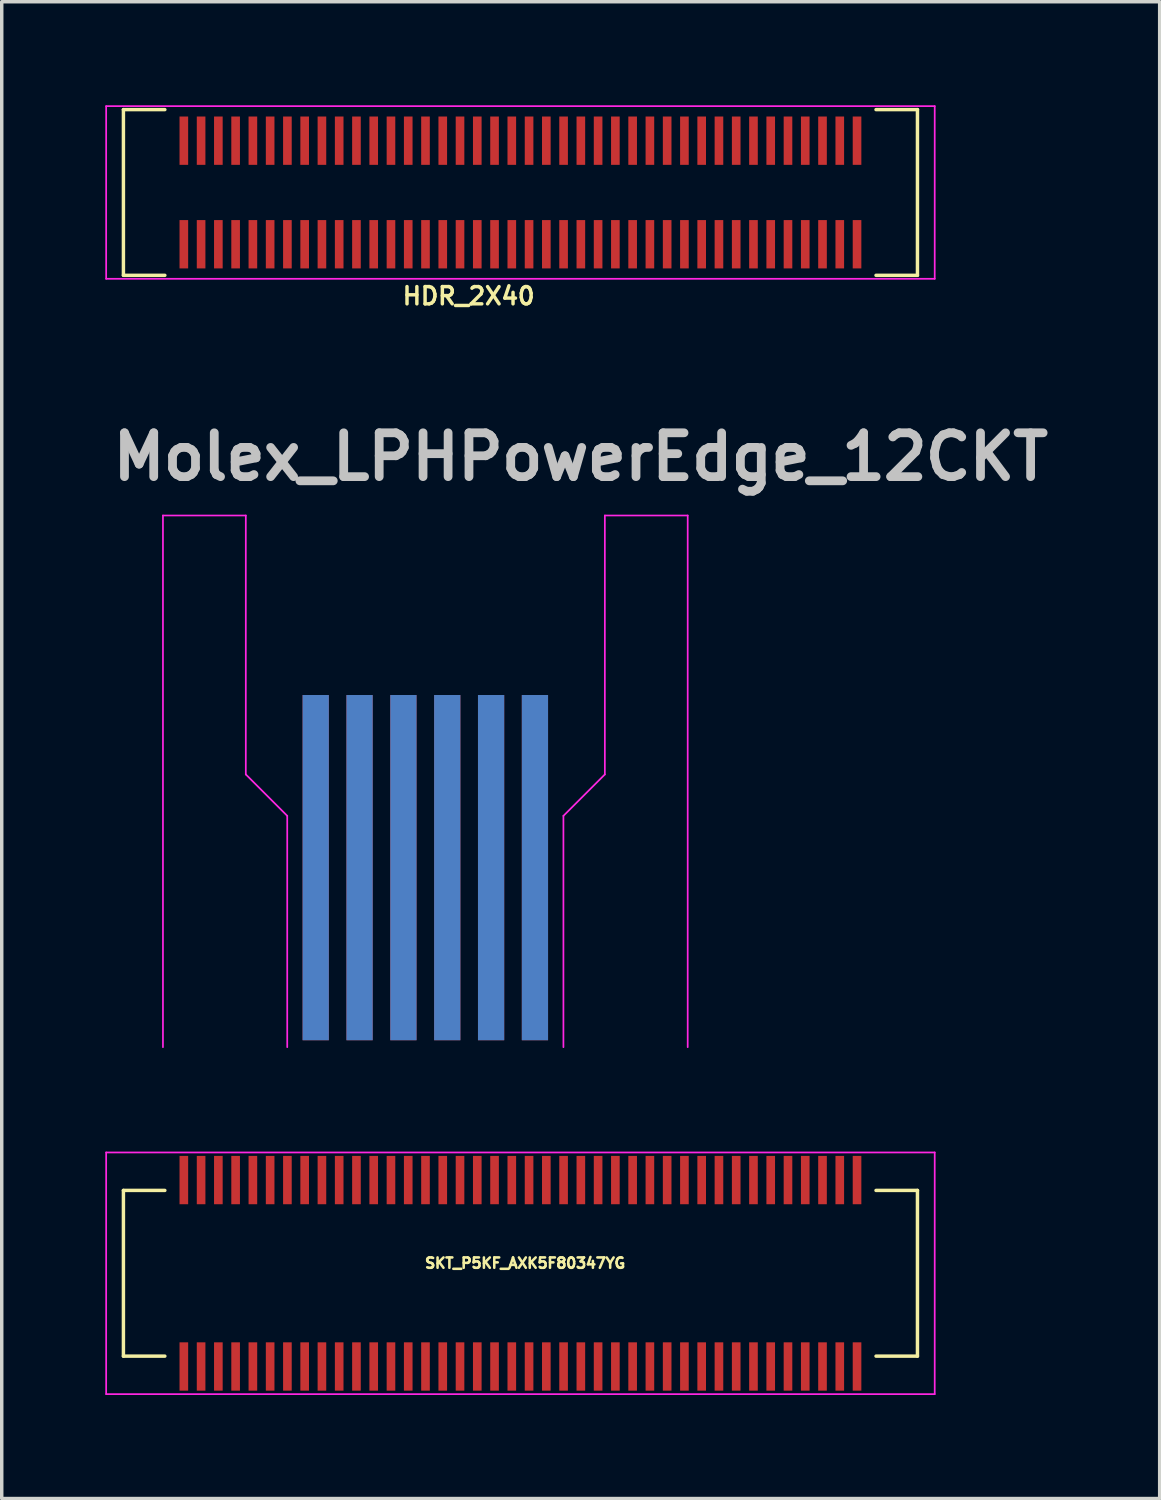
<source format=kicad_pcb>
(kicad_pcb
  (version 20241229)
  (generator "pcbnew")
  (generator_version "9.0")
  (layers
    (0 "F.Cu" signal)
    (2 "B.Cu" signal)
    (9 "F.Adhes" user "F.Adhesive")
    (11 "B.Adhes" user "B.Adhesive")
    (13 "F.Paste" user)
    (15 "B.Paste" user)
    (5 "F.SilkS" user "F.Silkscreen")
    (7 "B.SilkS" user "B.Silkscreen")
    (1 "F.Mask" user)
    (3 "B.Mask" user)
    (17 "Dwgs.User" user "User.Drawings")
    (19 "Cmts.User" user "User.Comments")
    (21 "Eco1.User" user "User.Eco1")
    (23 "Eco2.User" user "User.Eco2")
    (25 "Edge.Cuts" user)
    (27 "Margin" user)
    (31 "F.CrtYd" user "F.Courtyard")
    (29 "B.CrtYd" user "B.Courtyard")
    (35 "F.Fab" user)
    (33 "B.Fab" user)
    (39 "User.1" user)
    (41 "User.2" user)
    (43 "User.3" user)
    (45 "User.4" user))
  (footprint "HDR_2X40"
    (layer "F.Cu")
    (at 12.025 2.525)
    (property "Reference" "HDR_2X40" (at -1.5 3 0) (layer "F.SilkS") (effects (font (size 0.5 0.5) (thickness 0.1))))
    (attr through_hole)
    (fp_line (start -11.5 -2.4) (end -11.5 2.4) (stroke (width 0.1) (type solid)) (layer "F.SilkS"))
    (fp_line (start -11.5 -2.4) (end -10.3 -2.4) (stroke (width 0.1) (type solid)) (layer "F.SilkS"))
    (fp_line (start -11.5 2.4) (end -10.3 2.4) (stroke (width 0.1) (type solid)) (layer "F.SilkS"))
    (fp_line (start 11.5 -2.4) (end 10.3 -2.4) (stroke (width 0.1) (type solid)) (layer "F.SilkS"))
    (fp_line (start 11.5 -2.4) (end 11.5 2.4) (stroke (width 0.1) (type solid)) (layer "F.SilkS"))
    (fp_line (start 11.5 2.4) (end 10.3 2.4) (stroke (width 0.1) (type solid)) (layer "F.SilkS"))
    (fp_line (start -12 -2.5) (end 12 -2.5) (stroke (width 0.05) (type solid)) (layer "F.CrtYd"))
    (fp_line (start -12 2.5) (end -12 -2.5) (stroke (width 0.05) (type solid)) (layer "F.CrtYd"))
    (fp_line (start 12 -2.5) (end 12 2.5) (stroke (width 0.05) (type solid)) (layer "F.CrtYd"))
    (fp_line (start 12 2.5) (end -12 2.5) (stroke (width 0.05) (type solid)) (layer "F.CrtYd"))
    (pad "1" smd rect (at 9.75 1.5 180) (size 0.25 1.4) (layers "F.Cu" "F.Mask" "F.Paste"))
    (pad "2" smd rect (at 9.75 -1.5 180) (size 0.25 1.4) (layers "F.Cu" "F.Mask" "F.Paste"))
    (pad "3" smd rect (at 9.25 1.5 180) (size 0.25 1.4) (layers "F.Cu" "F.Mask" "F.Paste"))
    (pad "4" smd rect (at 9.25 -1.5 180) (size 0.25 1.4) (layers "F.Cu" "F.Mask" "F.Paste"))
    (pad "5" smd rect (at 8.75 1.5 180) (size 0.25 1.4) (layers "F.Cu" "F.Mask" "F.Paste"))
    (pad "6" smd rect (at 8.75 -1.5 180) (size 0.25 1.4) (layers "F.Cu" "F.Mask" "F.Paste"))
    (pad "7" smd rect (at 8.25 1.5 180) (size 0.25 1.4) (layers "F.Cu" "F.Mask" "F.Paste"))
    (pad "8" smd rect (at 8.25 -1.5 180) (size 0.25 1.4) (layers "F.Cu" "F.Mask" "F.Paste"))
    (pad "9" smd rect (at 7.75 1.5 180) (size 0.25 1.4) (layers "F.Cu" "F.Mask" "F.Paste"))
    (pad "10" smd rect (at 7.75 -1.5 180) (size 0.25 1.4) (layers "F.Cu" "F.Mask" "F.Paste"))
    (pad "11" smd rect (at 7.25 1.5 180) (size 0.25 1.4) (layers "F.Cu" "F.Mask" "F.Paste"))
    (pad "12" smd rect (at 7.25 -1.5 180) (size 0.25 1.4) (layers "F.Cu" "F.Mask" "F.Paste"))
    (pad "13" smd rect (at 6.75 1.5 180) (size 0.25 1.4) (layers "F.Cu" "F.Mask" "F.Paste"))
    (pad "14" smd rect (at 6.75 -1.5 180) (size 0.25 1.4) (layers "F.Cu" "F.Mask" "F.Paste"))
    (pad "15" smd rect (at 6.25 1.5 180) (size 0.25 1.4) (layers "F.Cu" "F.Mask" "F.Paste"))
    (pad "16" smd rect (at 6.25 -1.5 180) (size 0.25 1.4) (layers "F.Cu" "F.Mask" "F.Paste"))
    (pad "17" smd rect (at 5.75 1.5 180) (size 0.25 1.4) (layers "F.Cu" "F.Mask" "F.Paste"))
    (pad "18" smd rect (at 5.75 -1.5 180) (size 0.25 1.4) (layers "F.Cu" "F.Mask" "F.Paste"))
    (pad "19" smd rect (at 5.25 1.5 180) (size 0.25 1.4) (layers "F.Cu" "F.Mask" "F.Paste"))
    (pad "20" smd rect (at 5.25 -1.5 180) (size 0.25 1.4) (layers "F.Cu" "F.Mask" "F.Paste"))
    (pad "21" smd rect (at 4.75 1.5 180) (size 0.25 1.4) (layers "F.Cu" "F.Mask" "F.Paste"))
    (pad "22" smd rect (at 4.75 -1.5 180) (size 0.25 1.4) (layers "F.Cu" "F.Mask" "F.Paste"))
    (pad "23" smd rect (at 4.25 1.5 180) (size 0.25 1.4) (layers "F.Cu" "F.Mask" "F.Paste"))
    (pad "24" smd rect (at 4.25 -1.5 180) (size 0.25 1.4) (layers "F.Cu" "F.Mask" "F.Paste"))
    (pad "25" smd rect (at 3.75 1.5 180) (size 0.25 1.4) (layers "F.Cu" "F.Mask" "F.Paste"))
    (pad "26" smd rect (at 3.75 -1.5 180) (size 0.25 1.4) (layers "F.Cu" "F.Mask" "F.Paste"))
    (pad "27" smd rect (at 3.25 1.5 180) (size 0.25 1.4) (layers "F.Cu" "F.Mask" "F.Paste"))
    (pad "28" smd rect (at 3.25 -1.5 180) (size 0.25 1.4) (layers "F.Cu" "F.Mask" "F.Paste"))
    (pad "29" smd rect (at 2.75 1.5 180) (size 0.25 1.4) (layers "F.Cu" "F.Mask" "F.Paste"))
    (pad "30" smd rect (at 2.75 -1.5 180) (size 0.25 1.4) (layers "F.Cu" "F.Mask" "F.Paste"))
    (pad "31" smd rect (at 2.25 1.5 180) (size 0.25 1.4) (layers "F.Cu" "F.Mask" "F.Paste"))
    (pad "32" smd rect (at 2.25 -1.5 180) (size 0.25 1.4) (layers "F.Cu" "F.Mask" "F.Paste"))
    (pad "33" smd rect (at 1.75 1.5 180) (size 0.25 1.4) (layers "F.Cu" "F.Mask" "F.Paste"))
    (pad "34" smd rect (at 1.75 -1.5 180) (size 0.25 1.4) (layers "F.Cu" "F.Mask" "F.Paste"))
    (pad "35" smd rect (at 1.25 1.5 180) (size 0.25 1.4) (layers "F.Cu" "F.Mask" "F.Paste"))
    (pad "36" smd rect (at 1.25 -1.5 180) (size 0.25 1.4) (layers "F.Cu" "F.Mask" "F.Paste"))
    (pad "37" smd rect (at 0.75 1.5 180) (size 0.25 1.4) (layers "F.Cu" "F.Mask" "F.Paste"))
    (pad "38" smd rect (at 0.75 -1.5 180) (size 0.25 1.4) (layers "F.Cu" "F.Mask" "F.Paste"))
    (pad "39" smd rect (at 0.25 1.5 180) (size 0.25 1.4) (layers "F.Cu" "F.Mask" "F.Paste"))
    (pad "40" smd rect (at 0.25 -1.5 180) (size 0.25 1.4) (layers "F.Cu" "F.Mask" "F.Paste"))
    (pad "41" smd rect (at -0.25 1.5 180) (size 0.25 1.4) (layers "F.Cu" "F.Mask" "F.Paste"))
    (pad "42" smd rect (at -0.25 -1.5 180) (size 0.25 1.4) (layers "F.Cu" "F.Mask" "F.Paste"))
    (pad "43" smd rect (at -0.75 1.5 180) (size 0.25 1.4) (layers "F.Cu" "F.Mask" "F.Paste"))
    (pad "44" smd rect (at -0.75 -1.5 180) (size 0.25 1.4) (layers "F.Cu" "F.Mask" "F.Paste"))
    (pad "45" smd rect (at -1.25 1.5 180) (size 0.25 1.4) (layers "F.Cu" "F.Mask" "F.Paste"))
    (pad "46" smd rect (at -1.25 -1.5 180) (size 0.25 1.4) (layers "F.Cu" "F.Mask" "F.Paste"))
    (pad "47" smd rect (at -1.75 1.5 180) (size 0.25 1.4) (layers "F.Cu" "F.Mask" "F.Paste"))
    (pad "48" smd rect (at -1.75 -1.5 180) (size 0.25 1.4) (layers "F.Cu" "F.Mask" "F.Paste"))
    (pad "49" smd rect (at -2.25 1.5 180) (size 0.25 1.4) (layers "F.Cu" "F.Mask" "F.Paste"))
    (pad "50" smd rect (at -2.25 -1.5 180) (size 0.25 1.4) (layers "F.Cu" "F.Mask" "F.Paste"))
    (pad "51" smd rect (at -2.75 1.5 180) (size 0.25 1.4) (layers "F.Cu" "F.Mask" "F.Paste"))
    (pad "52" smd rect (at -2.75 -1.5 180) (size 0.25 1.4) (layers "F.Cu" "F.Mask" "F.Paste"))
    (pad "53" smd rect (at -3.25 1.5 180) (size 0.25 1.4) (layers "F.Cu" "F.Mask" "F.Paste"))
    (pad "54" smd rect (at -3.25 -1.5 180) (size 0.25 1.4) (layers "F.Cu" "F.Mask" "F.Paste"))
    (pad "55" smd rect (at -3.75 1.5 180) (size 0.25 1.4) (layers "F.Cu" "F.Mask" "F.Paste"))
    (pad "56" smd rect (at -3.75 -1.5 180) (size 0.25 1.4) (layers "F.Cu" "F.Mask" "F.Paste"))
    (pad "57" smd rect (at -4.25 1.5 180) (size 0.25 1.4) (layers "F.Cu" "F.Mask" "F.Paste"))
    (pad "58" smd rect (at -4.25 -1.5 180) (size 0.25 1.4) (layers "F.Cu" "F.Mask" "F.Paste"))
    (pad "59" smd rect (at -4.75 1.5 180) (size 0.25 1.4) (layers "F.Cu" "F.Mask" "F.Paste"))
    (pad "60" smd rect (at -4.75 -1.5 180) (size 0.25 1.4) (layers "F.Cu" "F.Mask" "F.Paste"))
    (pad "61" smd rect (at -5.25 1.5 180) (size 0.25 1.4) (layers "F.Cu" "F.Mask" "F.Paste"))
    (pad "62" smd rect (at -5.25 -1.5 180) (size 0.25 1.4) (layers "F.Cu" "F.Mask" "F.Paste"))
    (pad "63" smd rect (at -5.75 1.5 180) (size 0.25 1.4) (layers "F.Cu" "F.Mask" "F.Paste"))
    (pad "64" smd rect (at -5.75 -1.5 180) (size 0.25 1.4) (layers "F.Cu" "F.Mask" "F.Paste"))
    (pad "65" smd rect (at -6.25 1.5 180) (size 0.25 1.4) (layers "F.Cu" "F.Mask" "F.Paste"))
    (pad "66" smd rect (at -6.25 -1.5 180) (size 0.25 1.4) (layers "F.Cu" "F.Mask" "F.Paste"))
    (pad "67" smd rect (at -6.75 1.5 180) (size 0.25 1.4) (layers "F.Cu" "F.Mask" "F.Paste"))
    (pad "68" smd rect (at -6.75 -1.5 180) (size 0.25 1.4) (layers "F.Cu" "F.Mask" "F.Paste"))
    (pad "69" smd rect (at -7.25 1.5 180) (size 0.25 1.4) (layers "F.Cu" "F.Mask" "F.Paste"))
    (pad "70" smd rect (at -7.25 -1.5 180) (size 0.25 1.4) (layers "F.Cu" "F.Mask" "F.Paste"))
    (pad "71" smd rect (at -7.75 1.5 180) (size 0.25 1.4) (layers "F.Cu" "F.Mask" "F.Paste"))
    (pad "72" smd rect (at -7.75 -1.5 180) (size 0.25 1.4) (layers "F.Cu" "F.Mask" "F.Paste"))
    (pad "73" smd rect (at -8.25 1.5 180) (size 0.25 1.4) (layers "F.Cu" "F.Mask" "F.Paste"))
    (pad "74" smd rect (at -8.25 -1.5 180) (size 0.25 1.4) (layers "F.Cu" "F.Mask" "F.Paste"))
    (pad "75" smd rect (at -8.75 1.5 180) (size 0.25 1.4) (layers "F.Cu" "F.Mask" "F.Paste"))
    (pad "76" smd rect (at -8.75 -1.5 180) (size 0.25 1.4) (layers "F.Cu" "F.Mask" "F.Paste"))
    (pad "77" smd rect (at -9.25 1.5 180) (size 0.25 1.4) (layers "F.Cu" "F.Mask" "F.Paste"))
    (pad "78" smd rect (at -9.25 -1.5 180) (size 0.25 1.4) (layers "F.Cu" "F.Mask" "F.Paste"))
    (pad "79" smd rect (at -9.75 1.5 180) (size 0.25 1.4) (layers "F.Cu" "F.Mask" "F.Paste"))
    (pad "80" smd rect (at -9.75 -1.5 180) (size 0.25 1.4) (layers "F.Cu" "F.Mask" "F.Paste")))
  (footprint "Molex_LPHPowerEdge_12CKT"
    (layer "F.Cu")
    (at 9.27 20.582)
    (property "Reference" "Molex_LPHPowerEdge_12CKT" (at 4.5 -10.4 0) (layer "Dwgs.User") (effects (font (size 1.27 1.27) (thickness 0.254))))
    (attr through_hole)
    (fp_line (start -7.6 -8.7) (end -7.6 6.7) (stroke (width 0.05) (type solid)) (layer "F.CrtYd"))
    (fp_line (start -7.6 -8.7) (end -5.2 -8.7) (stroke (width 0.05) (type solid)) (layer "F.CrtYd"))
    (fp_line (start -5.2 -1.2) (end -5.2 -8.7) (stroke (width 0.05) (type solid)) (layer "F.CrtYd"))
    (fp_line (start -4 0) (end -5.2 -1.2) (stroke (width 0.05) (type solid)) (layer "F.CrtYd"))
    (fp_line (start -4 6.7) (end -4 0) (stroke (width 0.05) (type solid)) (layer "F.CrtYd"))
    (fp_line (start 4 0) (end 5.2 -1.2) (stroke (width 0.05) (type solid)) (layer "F.CrtYd"))
    (fp_line (start 4 6.7) (end 4 0) (stroke (width 0.05) (type solid)) (layer "F.CrtYd"))
    (fp_line (start 5.2 -8.7) (end 7.6 -8.7) (stroke (width 0.05) (type solid)) (layer "F.CrtYd"))
    (fp_line (start 5.2 -1.2) (end 5.2 -8.7) (stroke (width 0.05) (type solid)) (layer "F.CrtYd"))
    (fp_line (start 7.6 -8.7) (end 7.6 6.7) (stroke (width 0.05) (type solid)) (layer "F.CrtYd"))
    (pad "1" smd rect (at -3.175 1.5) (size 0.76 10) (layers "F.Cu" "F.Mask" "F.Paste"))
    (pad "2" smd rect (at -1.905 1.5) (size 0.76 10) (layers "F.Cu" "F.Mask" "F.Paste"))
    (pad "3" smd rect (at -0.635 1.5) (size 0.76 10) (layers "F.Cu" "F.Mask" "F.Paste"))
    (pad "4" smd rect (at 0.635 1.5) (size 0.76 10) (layers "F.Cu" "F.Mask" "F.Paste"))
    (pad "5" smd rect (at 1.905 1.5) (size 0.76 10) (layers "F.Cu" "F.Mask" "F.Paste"))
    (pad "6" smd rect (at 3.175 1.5) (size 0.76 10) (layers "F.Cu" "F.Mask" "F.Paste"))
    (pad "7" smd rect (at 3.175 1.5) (size 0.76 10) (layers "F.Mask" "B.Cu" "F.Paste"))
    (pad "8" smd rect (at 1.905 1.5) (size 0.76 10) (layers "F.Mask" "B.Cu" "F.Paste"))
    (pad "9" smd rect (at 0.635 1.5) (size 0.76 10) (layers "F.Mask" "B.Cu" "F.Paste"))
    (pad "10" smd rect (at -0.635 1.5) (size 0.76 10) (layers "F.Mask" "B.Cu" "F.Paste"))
    (pad "11" smd rect (at -1.905 1.5) (size 0.76 10) (layers "F.Mask" "B.Cu" "F.Paste"))
    (pad "12" smd rect (at -3.175 1.5) (size 0.76 10) (layers "F.Mask" "B.Cu" "F.Paste")))
  (footprint "SKT_P5KF_AXK5F80347YG"
    (layer "F.Cu")
    (at 12.025 33.832)
    (property "Reference" "SKT_P5KF_AXK5F80347YG" (at 0.135 -0.294 0) (layer "F.SilkS") (effects (font (size 0.3 0.3) (thickness 0.074))))
    (attr through_hole)
    (fp_line (start -11.5 -2.4) (end -11.5 2.4) (stroke (width 0.1) (type solid)) (layer "F.SilkS"))
    (fp_line (start -11.5 -2.4) (end -10.3 -2.4) (stroke (width 0.1) (type solid)) (layer "F.SilkS"))
    (fp_line (start -11.5 2.4) (end -10.3 2.4) (stroke (width 0.1) (type solid)) (layer "F.SilkS"))
    (fp_line (start 11.5 -2.4) (end 10.3 -2.4) (stroke (width 0.1) (type solid)) (layer "F.SilkS"))
    (fp_line (start 11.5 -2.4) (end 11.5 2.4) (stroke (width 0.1) (type solid)) (layer "F.SilkS"))
    (fp_line (start 11.5 2.4) (end 10.3 2.4) (stroke (width 0.1) (type solid)) (layer "F.SilkS"))
    (fp_line (start -12 -3.5) (end 12 -3.5) (stroke (width 0.05) (type solid)) (layer "F.CrtYd"))
    (fp_line (start -12 3.5) (end -12 -3.5) (stroke (width 0.05) (type solid)) (layer "F.CrtYd"))
    (fp_line (start 12 -3.5) (end 12 3.5) (stroke (width 0.05) (type solid)) (layer "F.CrtYd"))
    (fp_line (start 12 3.5) (end -12 3.5) (stroke (width 0.05) (type solid)) (layer "F.CrtYd"))
    (pad "1" smd rect (at -9.75 2.7) (size 0.25 1.4) (layers "F.Cu" "F.Mask" "F.Paste"))
    (pad "2" smd rect (at -9.75 -2.7) (size 0.25 1.4) (layers "F.Cu" "F.Mask" "F.Paste"))
    (pad "3" smd rect (at -9.25 2.7) (size 0.25 1.4) (layers "F.Cu" "F.Mask" "F.Paste"))
    (pad "4" smd rect (at -9.25 -2.7) (size 0.25 1.4) (layers "F.Cu" "F.Mask" "F.Paste"))
    (pad "5" smd rect (at -8.75 2.7) (size 0.25 1.4) (layers "F.Cu" "F.Mask" "F.Paste"))
    (pad "6" smd rect (at -8.75 -2.7) (size 0.25 1.4) (layers "F.Cu" "F.Mask" "F.Paste"))
    (pad "7" smd rect (at -8.25 2.7) (size 0.25 1.4) (layers "F.Cu" "F.Mask" "F.Paste"))
    (pad "8" smd rect (at -8.25 -2.7) (size 0.25 1.4) (layers "F.Cu" "F.Mask" "F.Paste"))
    (pad "9" smd rect (at -7.75 2.7) (size 0.25 1.4) (layers "F.Cu" "F.Mask" "F.Paste"))
    (pad "10" smd rect (at -7.75 -2.7) (size 0.25 1.4) (layers "F.Cu" "F.Mask" "F.Paste"))
    (pad "11" smd rect (at -7.25 2.7) (size 0.25 1.4) (layers "F.Cu" "F.Mask" "F.Paste"))
    (pad "12" smd rect (at -7.25 -2.7) (size 0.25 1.4) (layers "F.Cu" "F.Mask" "F.Paste"))
    (pad "13" smd rect (at -6.75 2.7) (size 0.25 1.4) (layers "F.Cu" "F.Mask" "F.Paste"))
    (pad "14" smd rect (at -6.75 -2.7) (size 0.25 1.4) (layers "F.Cu" "F.Mask" "F.Paste"))
    (pad "15" smd rect (at -6.25 2.7) (size 0.25 1.4) (layers "F.Cu" "F.Mask" "F.Paste"))
    (pad "16" smd rect (at -6.25 -2.7) (size 0.25 1.4) (layers "F.Cu" "F.Mask" "F.Paste"))
    (pad "17" smd rect (at -5.75 2.7) (size 0.25 1.4) (layers "F.Cu" "F.Mask" "F.Paste"))
    (pad "18" smd rect (at -5.75 -2.7) (size 0.25 1.4) (layers "F.Cu" "F.Mask" "F.Paste"))
    (pad "19" smd rect (at -5.25 2.7) (size 0.25 1.4) (layers "F.Cu" "F.Mask" "F.Paste"))
    (pad "20" smd rect (at -5.25 -2.7) (size 0.25 1.4) (layers "F.Cu" "F.Mask" "F.Paste"))
    (pad "21" smd rect (at -4.75 2.7) (size 0.25 1.4) (layers "F.Cu" "F.Mask" "F.Paste"))
    (pad "22" smd rect (at -4.75 -2.7) (size 0.25 1.4) (layers "F.Cu" "F.Mask" "F.Paste"))
    (pad "23" smd rect (at -4.25 2.7) (size 0.25 1.4) (layers "F.Cu" "F.Mask" "F.Paste"))
    (pad "24" smd rect (at -4.25 -2.7) (size 0.25 1.4) (layers "F.Cu" "F.Mask" "F.Paste"))
    (pad "25" smd rect (at -3.75 2.7) (size 0.25 1.4) (layers "F.Cu" "F.Mask" "F.Paste"))
    (pad "26" smd rect (at -3.75 -2.7) (size 0.25 1.4) (layers "F.Cu" "F.Mask" "F.Paste"))
    (pad "27" smd rect (at -3.25 2.7) (size 0.25 1.4) (layers "F.Cu" "F.Mask" "F.Paste"))
    (pad "28" smd rect (at -3.25 -2.7) (size 0.25 1.4) (layers "F.Cu" "F.Mask" "F.Paste"))
    (pad "29" smd rect (at -2.75 2.7) (size 0.25 1.4) (layers "F.Cu" "F.Mask" "F.Paste"))
    (pad "30" smd rect (at -2.75 -2.7) (size 0.25 1.4) (layers "F.Cu" "F.Mask" "F.Paste"))
    (pad "31" smd rect (at -2.25 2.7) (size 0.25 1.4) (layers "F.Cu" "F.Mask" "F.Paste"))
    (pad "32" smd rect (at -2.25 -2.7) (size 0.25 1.4) (layers "F.Cu" "F.Mask" "F.Paste"))
    (pad "33" smd rect (at -1.75 2.7) (size 0.25 1.4) (layers "F.Cu" "F.Mask" "F.Paste"))
    (pad "34" smd rect (at -1.75 -2.7) (size 0.25 1.4) (layers "F.Cu" "F.Mask" "F.Paste"))
    (pad "35" smd rect (at -1.25 2.7) (size 0.25 1.4) (layers "F.Cu" "F.Mask" "F.Paste"))
    (pad "36" smd rect (at -1.25 -2.7) (size 0.25 1.4) (layers "F.Cu" "F.Mask" "F.Paste"))
    (pad "37" smd rect (at -0.75 2.7) (size 0.25 1.4) (layers "F.Cu" "F.Mask" "F.Paste"))
    (pad "38" smd rect (at -0.75 -2.7) (size 0.25 1.4) (layers "F.Cu" "F.Mask" "F.Paste"))
    (pad "39" smd rect (at -0.25 2.7) (size 0.25 1.4) (layers "F.Cu" "F.Mask" "F.Paste"))
    (pad "40" smd rect (at -0.25 -2.7) (size 0.25 1.4) (layers "F.Cu" "F.Mask" "F.Paste"))
    (pad "41" smd rect (at 0.25 2.7) (size 0.25 1.4) (layers "F.Cu" "F.Mask" "F.Paste"))
    (pad "42" smd rect (at 0.25 -2.7) (size 0.25 1.4) (layers "F.Cu" "F.Mask" "F.Paste"))
    (pad "43" smd rect (at 0.75 2.7) (size 0.25 1.4) (layers "F.Cu" "F.Mask" "F.Paste"))
    (pad "44" smd rect (at 0.75 -2.7) (size 0.25 1.4) (layers "F.Cu" "F.Mask" "F.Paste"))
    (pad "45" smd rect (at 1.25 2.7) (size 0.25 1.4) (layers "F.Cu" "F.Mask" "F.Paste"))
    (pad "46" smd rect (at 1.25 -2.7) (size 0.25 1.4) (layers "F.Cu" "F.Mask" "F.Paste"))
    (pad "47" smd rect (at 1.75 2.7) (size 0.25 1.4) (layers "F.Cu" "F.Mask" "F.Paste"))
    (pad "48" smd rect (at 1.75 -2.7) (size 0.25 1.4) (layers "F.Cu" "F.Mask" "F.Paste"))
    (pad "49" smd rect (at 2.25 2.7) (size 0.25 1.4) (layers "F.Cu" "F.Mask" "F.Paste"))
    (pad "50" smd rect (at 2.25 -2.7) (size 0.25 1.4) (layers "F.Cu" "F.Mask" "F.Paste"))
    (pad "51" smd rect (at 2.75 2.7) (size 0.25 1.4) (layers "F.Cu" "F.Mask" "F.Paste"))
    (pad "52" smd rect (at 2.75 -2.7) (size 0.25 1.4) (layers "F.Cu" "F.Mask" "F.Paste"))
    (pad "53" smd rect (at 3.25 2.7) (size 0.25 1.4) (layers "F.Cu" "F.Mask" "F.Paste"))
    (pad "54" smd rect (at 3.25 -2.7) (size 0.25 1.4) (layers "F.Cu" "F.Mask" "F.Paste"))
    (pad "55" smd rect (at 3.75 2.7) (size 0.25 1.4) (layers "F.Cu" "F.Mask" "F.Paste"))
    (pad "56" smd rect (at 3.75 -2.7) (size 0.25 1.4) (layers "F.Cu" "F.Mask" "F.Paste"))
    (pad "57" smd rect (at 4.25 2.7) (size 0.25 1.4) (layers "F.Cu" "F.Mask" "F.Paste"))
    (pad "58" smd rect (at 4.25 -2.7) (size 0.25 1.4) (layers "F.Cu" "F.Mask" "F.Paste"))
    (pad "59" smd rect (at 4.75 2.7) (size 0.25 1.4) (layers "F.Cu" "F.Mask" "F.Paste"))
    (pad "60" smd rect (at 4.75 -2.7) (size 0.25 1.4) (layers "F.Cu" "F.Mask" "F.Paste"))
    (pad "61" smd rect (at 5.25 2.7) (size 0.25 1.4) (layers "F.Cu" "F.Mask" "F.Paste"))
    (pad "62" smd rect (at 5.25 -2.7) (size 0.25 1.4) (layers "F.Cu" "F.Mask" "F.Paste"))
    (pad "63" smd rect (at 5.75 2.7) (size 0.25 1.4) (layers "F.Cu" "F.Mask" "F.Paste"))
    (pad "64" smd rect (at 5.75 -2.7) (size 0.25 1.4) (layers "F.Cu" "F.Mask" "F.Paste"))
    (pad "65" smd rect (at 6.25 2.7) (size 0.25 1.4) (layers "F.Cu" "F.Mask" "F.Paste"))
    (pad "66" smd rect (at 6.25 -2.7) (size 0.25 1.4) (layers "F.Cu" "F.Mask" "F.Paste"))
    (pad "67" smd rect (at 6.75 2.7) (size 0.25 1.4) (layers "F.Cu" "F.Mask" "F.Paste"))
    (pad "68" smd rect (at 6.75 -2.7) (size 0.25 1.4) (layers "F.Cu" "F.Mask" "F.Paste"))
    (pad "69" smd rect (at 7.25 2.7) (size 0.25 1.4) (layers "F.Cu" "F.Mask" "F.Paste"))
    (pad "70" smd rect (at 7.25 -2.7) (size 0.25 1.4) (layers "F.Cu" "F.Mask" "F.Paste"))
    (pad "71" smd rect (at 7.75 2.7) (size 0.25 1.4) (layers "F.Cu" "F.Mask" "F.Paste"))
    (pad "72" smd rect (at 7.75 -2.7) (size 0.25 1.4) (layers "F.Cu" "F.Mask" "F.Paste"))
    (pad "73" smd rect (at 8.25 2.7) (size 0.25 1.4) (layers "F.Cu" "F.Mask" "F.Paste"))
    (pad "74" smd rect (at 8.25 -2.7) (size 0.25 1.4) (layers "F.Cu" "F.Mask" "F.Paste"))
    (pad "75" smd rect (at 8.75 2.7) (size 0.25 1.4) (layers "F.Cu" "F.Mask" "F.Paste"))
    (pad "76" smd rect (at 8.75 -2.7) (size 0.25 1.4) (layers "F.Cu" "F.Mask" "F.Paste"))
    (pad "77" smd rect (at 9.25 2.7) (size 0.25 1.4) (layers "F.Cu" "F.Mask" "F.Paste"))
    (pad "78" smd rect (at 9.25 -2.7) (size 0.25 1.4) (layers "F.Cu" "F.Mask" "F.Paste"))
    (pad "79" smd rect (at 9.75 2.7) (size 0.25 1.4) (layers "F.Cu" "F.Mask" "F.Paste"))
    (pad "80" smd rect (at 9.75 -2.7) (size 0.25 1.4) (layers "F.Cu" "F.Mask" "F.Paste")))
  (gr_rect
    (start -3 -3)
    (end 30.541 40.357)
    (stroke (width 0.1) (type default))
    (fill no)
    (layer "Edge.Cuts")))
</source>
